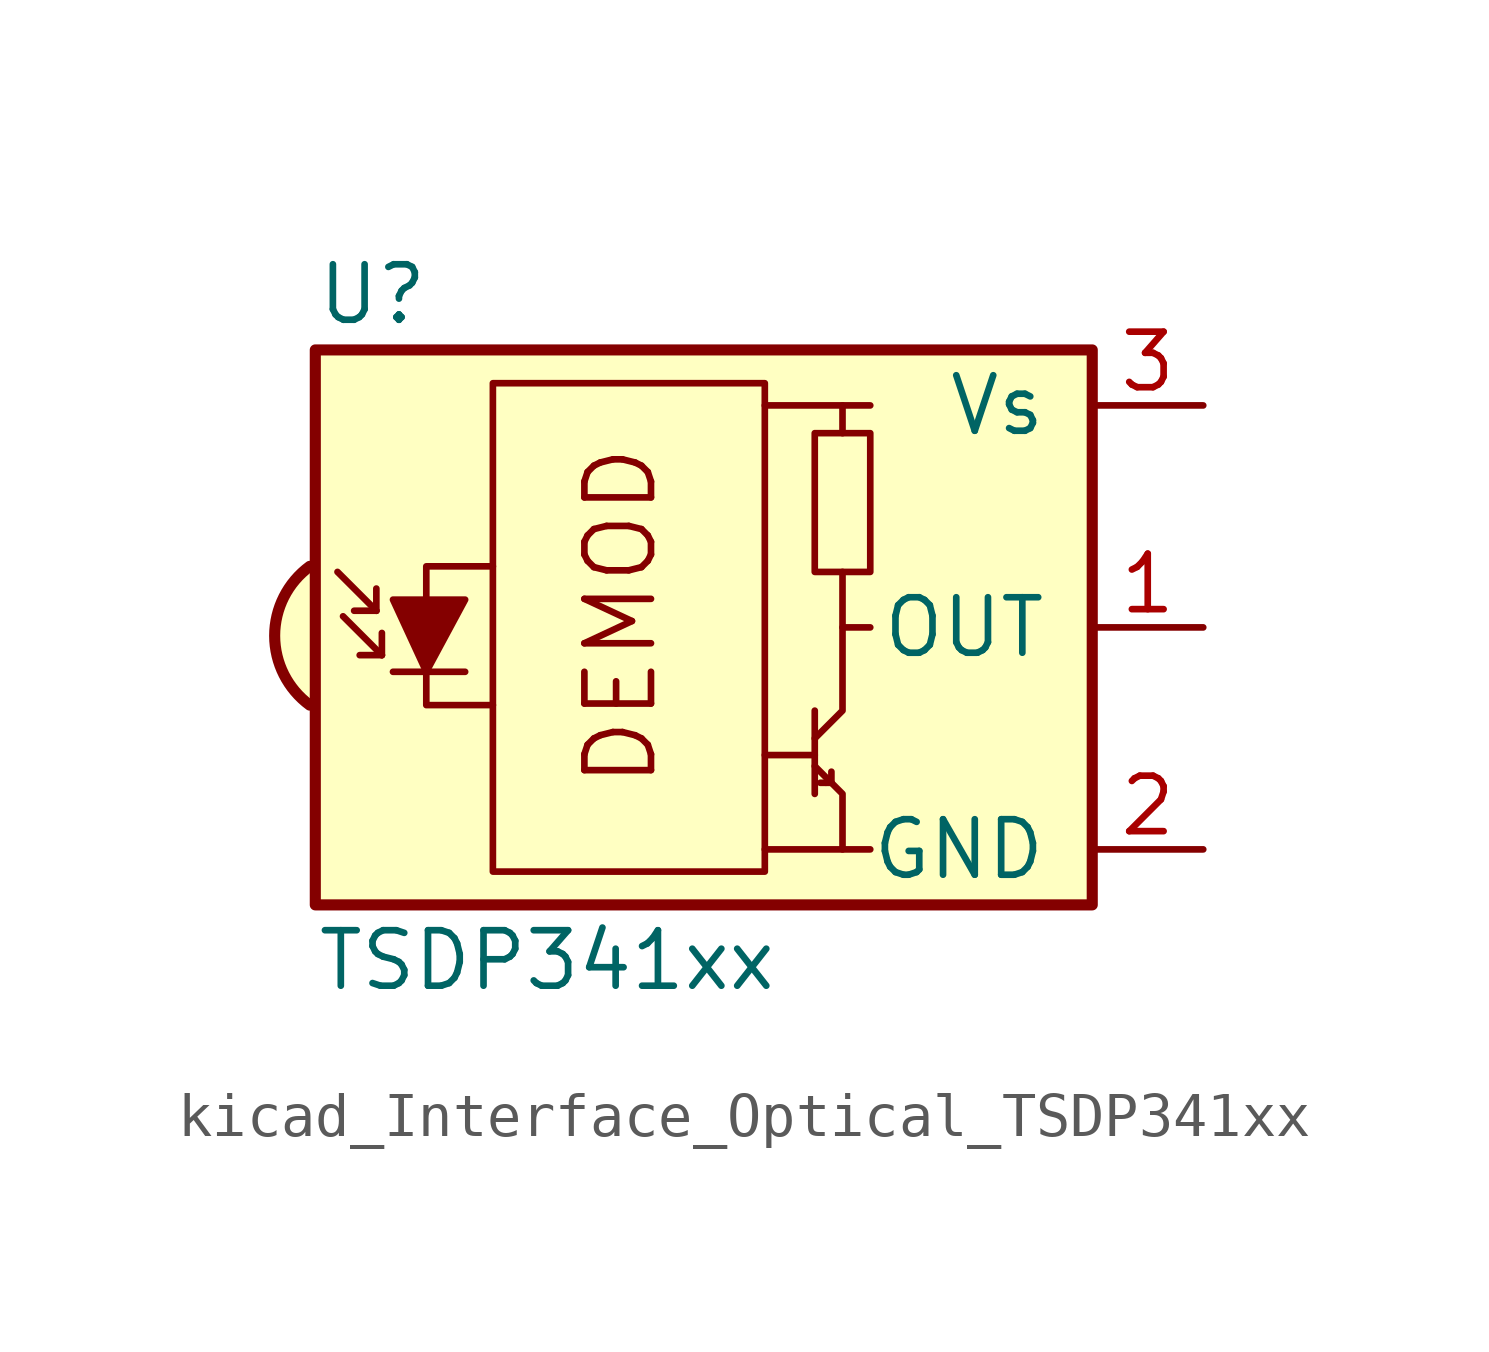
<source format=kicad_sym>
(kicad_symbol_lib
  (version 20220914)
  (generator kicad_symbol_editor)
  (symbol "kicad_Interface_Optical_TSDP341xx"
    (pin_names
      (offset 1.016))
    (property "Reference" "U"
      (at -10.16 7.62 0)
      (effects (font (size 1.27 1.27)) (justify left)))
    (property "Value" "TSDP341xx"
      (at -10.16 -7.62 0)
      (effects (font (size 1.27 1.27)) (justify left)))
    (symbol "kicad_Interface_Optical_TSDP341xx_0_0"
      (arc (start -10.287 1.397) (mid -11.0899 -0.1852) (end -10.287 -1.778) (stroke (width 0.254) (type default)) (fill (type background)))
      (polyline (pts (xy 1.905 -5.08) (xy 0.127 -5.08)) (stroke (width 0) (type default)) (fill (type none)))
      (polyline (pts (xy 1.905 5.08) (xy 0.127 5.08)) (stroke (width 0) (type default)) (fill (type none)))
      (text "DEMOD" (at -3.175 0.254 900) (effects (font (size 1.524 1.524)))))
    (symbol "kicad_Interface_Optical_TSDP341xx_0_1"
      (rectangle (start -6.096 5.588) (end 0.127 -5.588) (stroke (width 0) (type default)) (fill (type none)))
      (polyline (pts (xy -8.763 0.381) (xy -9.652 1.27)) (stroke (width 0) (type default)) (fill (type none)))
      (polyline (pts (xy -8.763 0.381) (xy -9.271 0.381)) (stroke (width 0) (type default)) (fill (type none)))
      (polyline (pts (xy -8.763 0.381) (xy -8.763 0.889)) (stroke (width 0) (type default)) (fill (type none)))
      (polyline (pts (xy -8.636 -0.635) (xy -9.525 0.254)) (stroke (width 0) (type default)) (fill (type none)))
      (polyline (pts (xy -8.636 -0.635) (xy -9.144 -0.635)) (stroke (width 0) (type default)) (fill (type none)))
      (polyline (pts (xy -8.636 -0.635) (xy -8.636 -0.127)) (stroke (width 0) (type default)) (fill (type none)))
      (polyline (pts (xy -8.382 -1.016) (xy -6.731 -1.016)) (stroke (width 0) (type default)) (fill (type none)))
      (polyline (pts (xy 1.27 -2.921) (xy 0.127 -2.921)) (stroke (width 0) (type default)) (fill (type none)))
      (polyline (pts (xy 1.27 -1.905) (xy 1.27 -3.81)) (stroke (width 0) (type default)) (fill (type none)))
      (polyline (pts (xy 1.397 -3.556) (xy 1.524 -3.556)) (stroke (width 0) (type default)) (fill (type none)))
      (polyline (pts (xy 1.651 -3.556) (xy 1.524 -3.556)) (stroke (width 0) (type default)) (fill (type none)))
      (polyline (pts (xy 1.651 -3.556) (xy 1.651 -3.302)) (stroke (width 0) (type default)) (fill (type none)))
      (polyline (pts (xy 1.905 0) (xy 1.905 1.27)) (stroke (width 0) (type default)) (fill (type none)))
      (polyline (pts (xy 1.905 4.445) (xy 1.905 5.08) (xy 2.54 5.08)) (stroke (width 0) (type default)) (fill (type none)))
      (polyline (pts (xy -8.382 0.635) (xy -6.731 0.635) (xy -7.62 -1.016) (xy -8.382 0.635)) (stroke (width 0) (type default)) (fill (type outline)))
      (polyline (pts (xy -6.096 1.397) (xy -7.62 1.397) (xy -7.62 -1.778) (xy -6.096 -1.778)) (stroke (width 0) (type default)) (fill (type none)))
      (polyline (pts (xy 1.27 -3.175) (xy 1.905 -3.81) (xy 1.905 -5.08) (xy 2.54 -5.08)) (stroke (width 0) (type default)) (fill (type none)))
      (polyline (pts (xy 1.27 -2.54) (xy 1.905 -1.905) (xy 1.905 0) (xy 2.54 0)) (stroke (width 0) (type default)) (fill (type none)))
      (rectangle (start 2.54 1.27) (end 1.27 4.445) (stroke (width 0) (type default)) (fill (type none)))
      (rectangle (start 7.62 6.35) (end -10.16 -6.35) (stroke (width 0.254) (type default)) (fill (type background))))
    (symbol "kicad_Interface_Optical_TSDP341xx_1_1"
      (pin output line (at 10.16 0 180) (length 2.54) (name "OUT" (effects (font (size 1.27 1.27)))) (number "1" (effects (font (size 1.27 1.27)))))
      (pin power_in line (at 10.16 -5.08 180) (length 2.54) (name "GND" (effects (font (size 1.27 1.27)))) (number "2" (effects (font (size 1.27 1.27)))))
      (pin power_in line (at 10.16 5.08 180) (length 2.54) (name "Vs" (effects (font (size 1.27 1.27)))) (number "3" (effects (font (size 1.27 1.27))))))))
</source>
